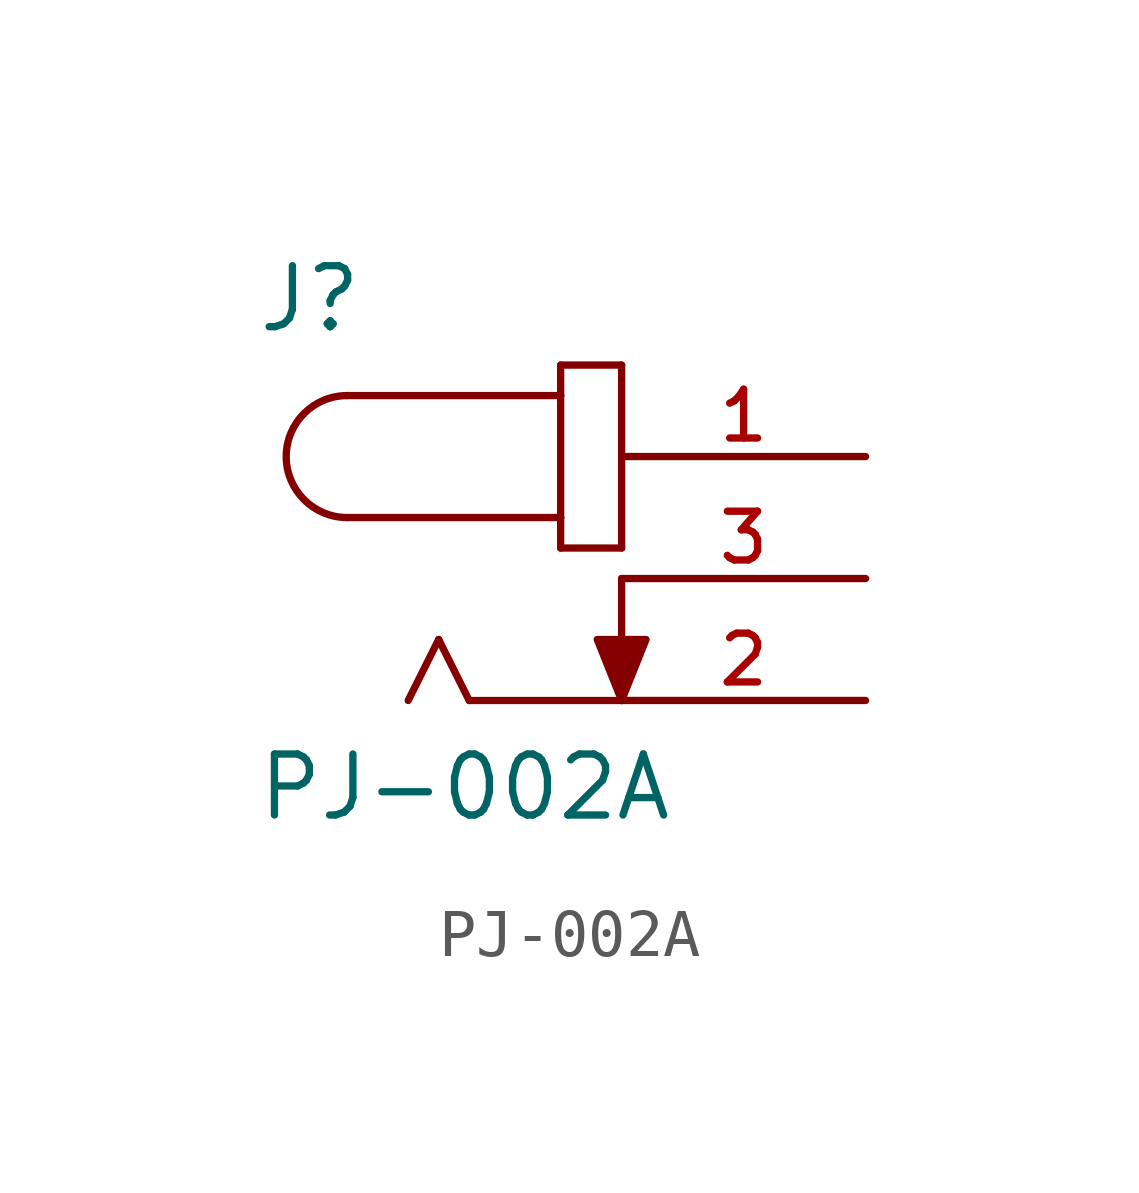
<source format=kicad_sym>
(kicad_symbol_lib
  (version 20241209)
  (generator "kicad_symbol_editor")
  (generator_version "9.0")
  (symbol "PJ-002A"
    (pin_names
      (offset 1.016))
    (property "Reference" "J"
      (at -7.621 5.081 0)
      (effects (font (size 1.27 1.27)) (justify left bottom)))
    (property "Value" "PJ-002A"
      (at -7.632 -5.088 0)
      (effects (font (size 1.27 1.27)) (justify left bottom)))
    (symbol "PJ-002A_0_0"
      (polyline (pts (xy -5.715 3.81) (xy -1.27 3.81)) (stroke (width 0.152) (type default)) (fill (type none)))
      (arc (start -5.715 1.27) (mid -6.9794 2.54) (end -5.715 3.81) (stroke (width 0.1524) (type default)) (fill (type none)))
      (polyline (pts (xy -3.81 -1.27) (xy -4.445 -2.54)) (stroke (width 0.152) (type default)) (fill (type none)))
      (polyline (pts (xy -3.175 -2.54) (xy -3.81 -1.27)) (stroke (width 0.152) (type default)) (fill (type none)))
      (polyline (pts (xy -1.27 4.445) (xy -1.27 3.81)) (stroke (width 0.152) (type default)) (fill (type none)))
      (polyline (pts (xy -1.27 3.81) (xy -1.27 1.27)) (stroke (width 0.152) (type default)) (fill (type none)))
      (polyline (pts (xy -1.27 1.27) (xy -5.715 1.27)) (stroke (width 0.152) (type default)) (fill (type none)))
      (polyline (pts (xy -1.27 1.27) (xy -1.27 0.635)) (stroke (width 0.152) (type default)) (fill (type none)))
      (polyline (pts (xy -1.27 0.635) (xy 0 0.635)) (stroke (width 0.152) (type default)) (fill (type none)))
      (polyline (pts (xy 0 4.445) (xy -1.27 4.445)) (stroke (width 0.152) (type default)) (fill (type none)))
      (polyline (pts (xy 0 0.635) (xy 0 4.445)) (stroke (width 0.152) (type default)) (fill (type none)))
      (polyline (pts (xy 0 0) (xy 0 -2.54)) (stroke (width 0.152) (type default)) (fill (type none)))
      (polyline (pts (xy 0 -2.54) (xy -3.175 -2.54)) (stroke (width 0.152) (type default)) (fill (type none)))
      (polyline (pts (xy 0 -2.54) (xy -0.508 -1.27) (xy 0.508 -1.27) (xy 0 -2.54)) (stroke (width 0.152) (type default)) (fill (type outline)))
      (pin passive line (at 5.08 2.54 180) (length 5.08) (name "~" (effects (font (size 1.016 1.016)))) (number "1" (effects (font (size 1.016 1.016)))))
      (pin passive line (at 5.08 0 180) (length 5.08) (name "~" (effects (font (size 1.016 1.016)))) (number "3" (effects (font (size 1.016 1.016)))))
      (pin passive line (at 5.08 -2.54 180) (length 5.08) (name "~" (effects (font (size 1.016 1.016)))) (number "2" (effects (font (size 1.016 1.016))))))))
</source>
